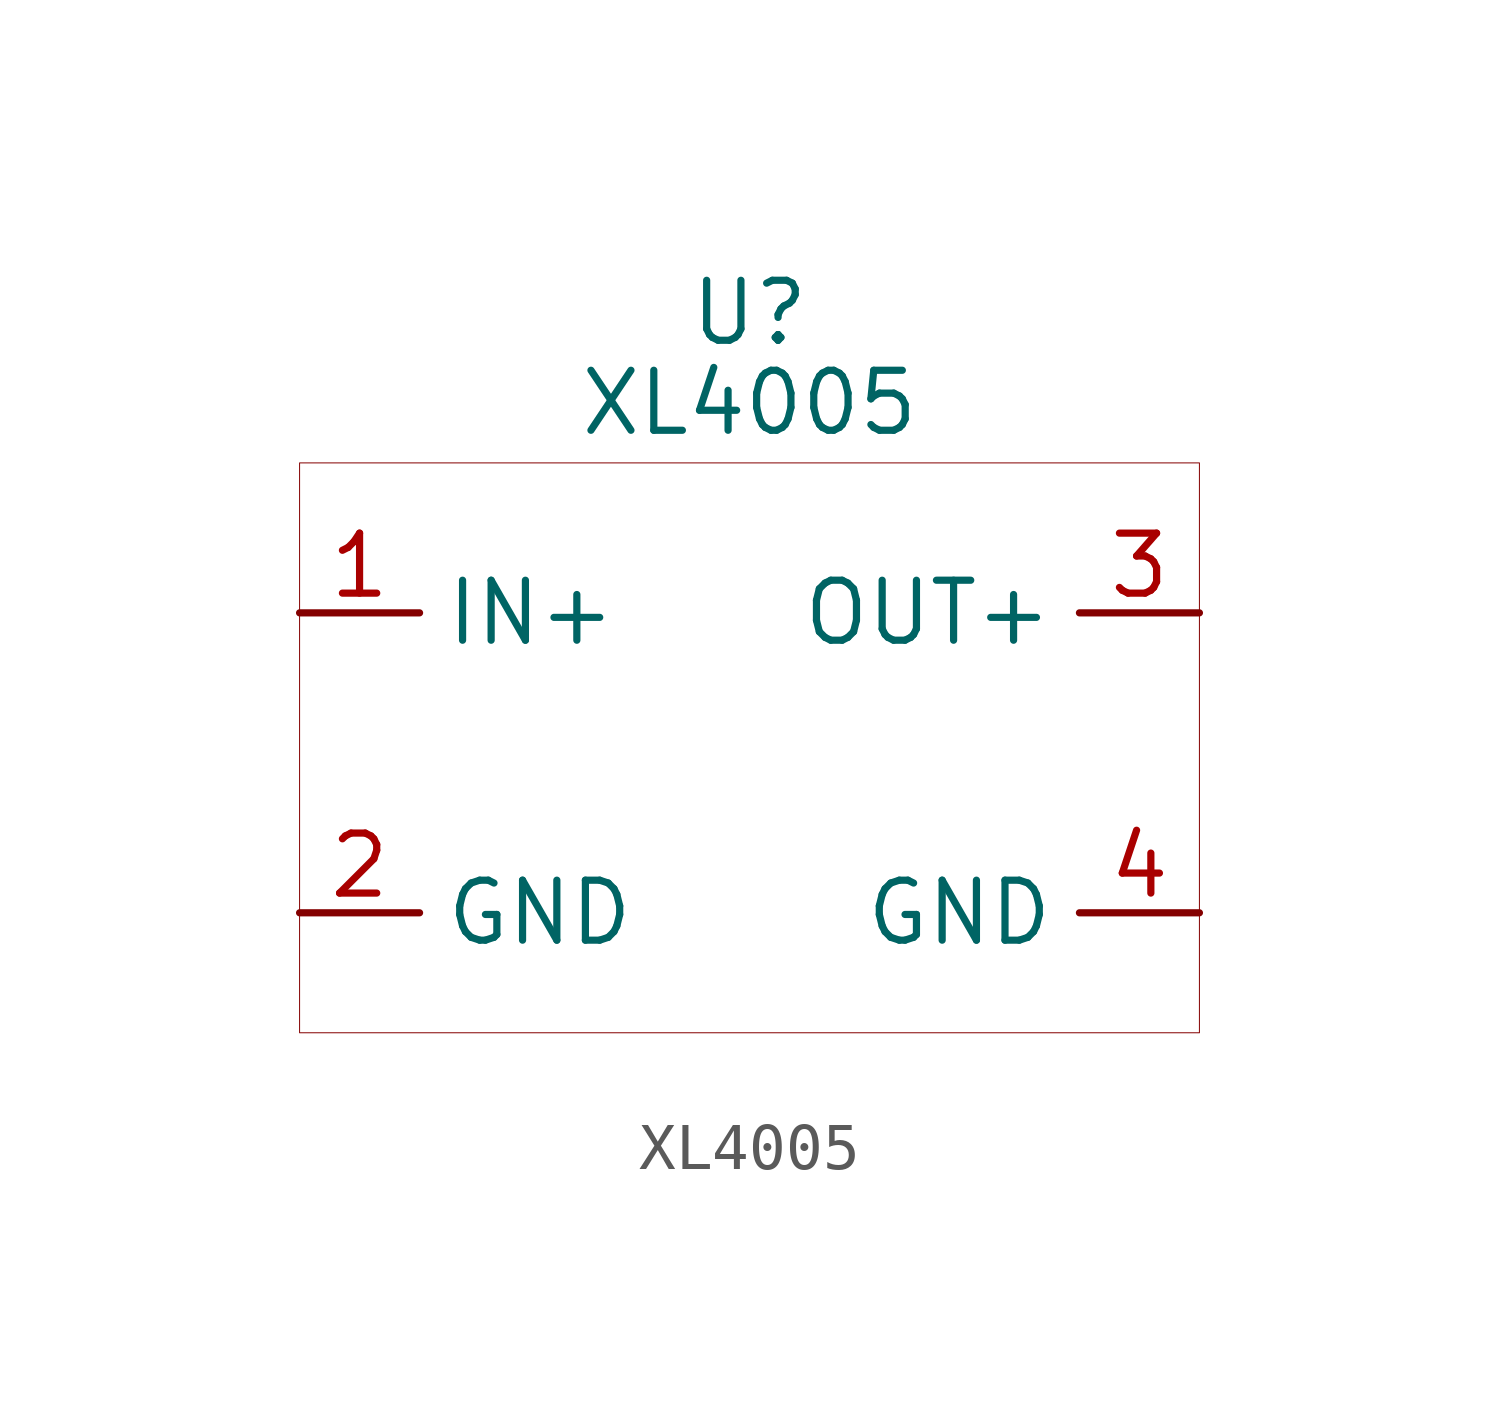
<source format=kicad_sym>
(kicad_symbol_lib
  (version 20201005)
  (generator kicad_symbol_editor)
  (symbol "DC_DC:XL4005"
    (property "Reference" "U"
      (at 3.175 9.525 0)
      (effects (font (size 1.27 1.27))))
    (property "Value" "XL4005"
      (at 3.175 7.62 0)
      (effects (font (size 1.27 1.27))))
    (symbol "XL4005_0_1"
      (rectangle (start -6.35 6.35) (end 12.7 -5.715) (stroke (width 0.001)) (fill (type none))))
    (symbol "XL4005_1_1"
      (pin power_in line (at -6.35 3.175 0) (length 2.54) (name "IN+" (effects (font (size 1.27 1.27)))) (number "1" (effects (font (size 1.27 1.27)))))
      (pin input line (at -6.35 -3.175 0) (length 2.54) (name "GND" (effects (font (size 1.27 1.27)))) (number "2" (effects (font (size 1.27 1.27)))))
      (pin power_out line (at 12.7 3.175 180) (length 2.54) (name "OUT+" (effects (font (size 1.27 1.27)))) (number "3" (effects (font (size 1.27 1.27)))))
      (pin input line (at 12.7 -3.175 180) (length 2.54) (name "GND" (effects (font (size 1.27 1.27)))) (number "4" (effects (font (size 1.27 1.27))))))))
</source>
